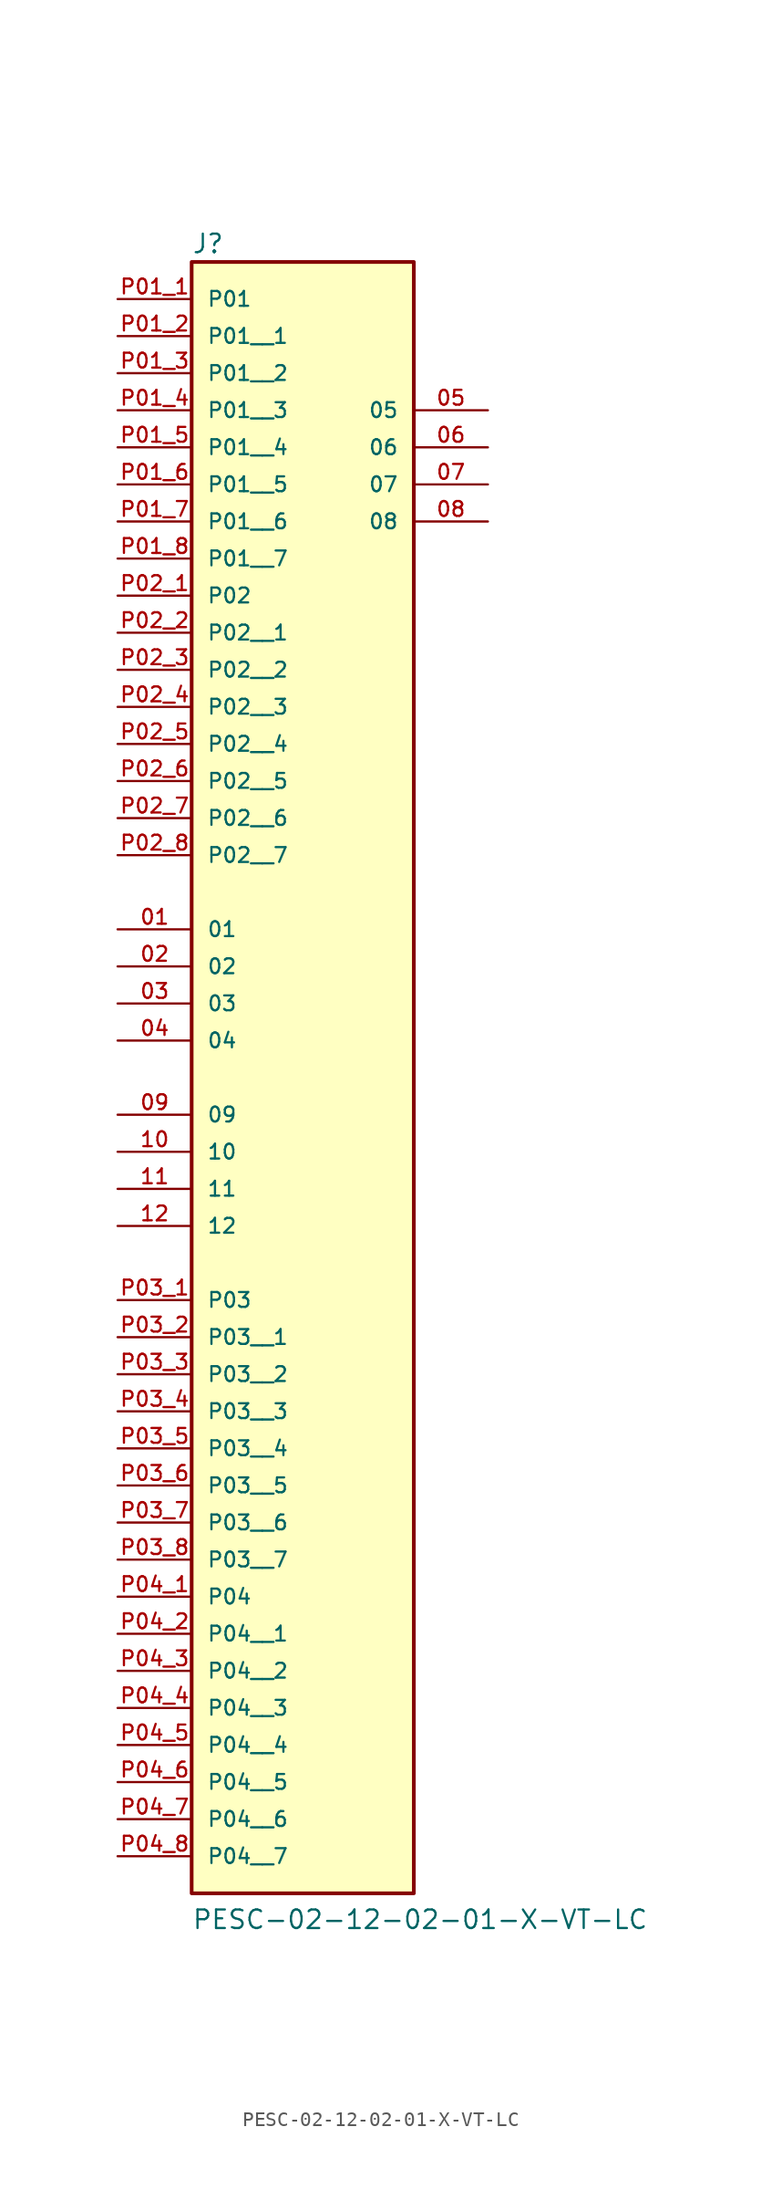
<source format=kicad_sym>
(kicad_symbol_lib
  (version 20211014)
  (generator kicad_symbol_editor)
  (symbol "PESC-02-12-02-01-X-VT-LC"
    (pin_names
      (offset 1.016))
    (property "Reference" "J"
      (at -7.62 20.828 0)
      (effects (font (size 1.27 1.27)) (justify bottom left)))
    (property "Value" "PESC-02-12-02-01-X-VT-LC"
      (at -7.62 -93.98 0)
      (effects (font (size 1.27 1.27)) (justify bottom left)))
    (symbol "PESC-02-12-02-01-X-VT-LC_0_0"
      (rectangle (start -7.62 -91.44) (end 7.62 20.32) (stroke (width 0.254)) (fill (type background)))
      (pin passive line (at -12.7 -25.4 0) (length 5.08) (name "01" (effects (font (size 1.016 1.016)))) (number "01" (effects (font (size 1.016 1.016)))))
      (pin power_in line (at -12.7 17.78 0) (length 5.08) (name "P01" (effects (font (size 1.016 1.016)))) (number "P01_1" (effects (font (size 1.016 1.016)))))
      (pin passive line (at -12.7 -27.94 0) (length 5.08) (name "02" (effects (font (size 1.016 1.016)))) (number "02" (effects (font (size 1.016 1.016)))))
      (pin power_in line (at -12.7 -2.54 0) (length 5.08) (name "P02" (effects (font (size 1.016 1.016)))) (number "P02_1" (effects (font (size 1.016 1.016)))))
      (pin passive line (at -12.7 -30.48 0) (length 5.08) (name "03" (effects (font (size 1.016 1.016)))) (number "03" (effects (font (size 1.016 1.016)))))
      (pin passive line (at -12.7 -33.02 0) (length 5.08) (name "04" (effects (font (size 1.016 1.016)))) (number "04" (effects (font (size 1.016 1.016)))))
      (pin passive line (at 12.7 10.16 180.0) (length 5.08) (name "05" (effects (font (size 1.016 1.016)))) (number "05" (effects (font (size 1.016 1.016)))))
      (pin passive line (at 12.7 7.62 180.0) (length 5.08) (name "06" (effects (font (size 1.016 1.016)))) (number "06" (effects (font (size 1.016 1.016)))))
      (pin passive line (at 12.7 5.08 180.0) (length 5.08) (name "07" (effects (font (size 1.016 1.016)))) (number "07" (effects (font (size 1.016 1.016)))))
      (pin passive line (at 12.7 2.54 180.0) (length 5.08) (name "08" (effects (font (size 1.016 1.016)))) (number "08" (effects (font (size 1.016 1.016)))))
      (pin passive line (at -12.7 -38.1 0) (length 5.08) (name "09" (effects (font (size 1.016 1.016)))) (number "09" (effects (font (size 1.016 1.016)))))
      (pin passive line (at -12.7 -40.64 0) (length 5.08) (name "10" (effects (font (size 1.016 1.016)))) (number "10" (effects (font (size 1.016 1.016)))))
      (pin passive line (at -12.7 -43.18 0) (length 5.08) (name "11" (effects (font (size 1.016 1.016)))) (number "11" (effects (font (size 1.016 1.016)))))
      (pin passive line (at -12.7 -45.72 0) (length 5.08) (name "12" (effects (font (size 1.016 1.016)))) (number "12" (effects (font (size 1.016 1.016)))))
      (pin power_in line (at -12.7 -50.8 0) (length 5.08) (name "P03" (effects (font (size 1.016 1.016)))) (number "P03_1" (effects (font (size 1.016 1.016)))))
      (pin power_in line (at -12.7 -71.12 0) (length 5.08) (name "P04" (effects (font (size 1.016 1.016)))) (number "P04_1" (effects (font (size 1.016 1.016)))))
      (pin power_in line (at -12.7 15.24 0) (length 5.08) (name "P01__1" (effects (font (size 1.016 1.016)))) (number "P01_2" (effects (font (size 1.016 1.016)))))
      (pin power_in line (at -12.7 12.7 0) (length 5.08) (name "P01__2" (effects (font (size 1.016 1.016)))) (number "P01_3" (effects (font (size 1.016 1.016)))))
      (pin power_in line (at -12.7 10.16 0) (length 5.08) (name "P01__3" (effects (font (size 1.016 1.016)))) (number "P01_4" (effects (font (size 1.016 1.016)))))
      (pin power_in line (at -12.7 7.62 0) (length 5.08) (name "P01__4" (effects (font (size 1.016 1.016)))) (number "P01_5" (effects (font (size 1.016 1.016)))))
      (pin power_in line (at -12.7 5.08 0) (length 5.08) (name "P01__5" (effects (font (size 1.016 1.016)))) (number "P01_6" (effects (font (size 1.016 1.016)))))
      (pin power_in line (at -12.7 2.54 0) (length 5.08) (name "P01__6" (effects (font (size 1.016 1.016)))) (number "P01_7" (effects (font (size 1.016 1.016)))))
      (pin power_in line (at -12.7 0.0 0) (length 5.08) (name "P01__7" (effects (font (size 1.016 1.016)))) (number "P01_8" (effects (font (size 1.016 1.016)))))
      (pin power_in line (at -12.7 -5.08 0) (length 5.08) (name "P02__1" (effects (font (size 1.016 1.016)))) (number "P02_2" (effects (font (size 1.016 1.016)))))
      (pin power_in line (at -12.7 -7.62 0) (length 5.08) (name "P02__2" (effects (font (size 1.016 1.016)))) (number "P02_3" (effects (font (size 1.016 1.016)))))
      (pin power_in line (at -12.7 -10.16 0) (length 5.08) (name "P02__3" (effects (font (size 1.016 1.016)))) (number "P02_4" (effects (font (size 1.016 1.016)))))
      (pin power_in line (at -12.7 -12.7 0) (length 5.08) (name "P02__4" (effects (font (size 1.016 1.016)))) (number "P02_5" (effects (font (size 1.016 1.016)))))
      (pin power_in line (at -12.7 -15.24 0) (length 5.08) (name "P02__5" (effects (font (size 1.016 1.016)))) (number "P02_6" (effects (font (size 1.016 1.016)))))
      (pin power_in line (at -12.7 -17.78 0) (length 5.08) (name "P02__6" (effects (font (size 1.016 1.016)))) (number "P02_7" (effects (font (size 1.016 1.016)))))
      (pin power_in line (at -12.7 -20.32 0) (length 5.08) (name "P02__7" (effects (font (size 1.016 1.016)))) (number "P02_8" (effects (font (size 1.016 1.016)))))
      (pin power_in line (at -12.7 -53.34 0) (length 5.08) (name "P03__1" (effects (font (size 1.016 1.016)))) (number "P03_2" (effects (font (size 1.016 1.016)))))
      (pin power_in line (at -12.7 -55.88 0) (length 5.08) (name "P03__2" (effects (font (size 1.016 1.016)))) (number "P03_3" (effects (font (size 1.016 1.016)))))
      (pin power_in line (at -12.7 -58.42 0) (length 5.08) (name "P03__3" (effects (font (size 1.016 1.016)))) (number "P03_4" (effects (font (size 1.016 1.016)))))
      (pin power_in line (at -12.7 -60.96 0) (length 5.08) (name "P03__4" (effects (font (size 1.016 1.016)))) (number "P03_5" (effects (font (size 1.016 1.016)))))
      (pin power_in line (at -12.7 -63.5 0) (length 5.08) (name "P03__5" (effects (font (size 1.016 1.016)))) (number "P03_6" (effects (font (size 1.016 1.016)))))
      (pin power_in line (at -12.7 -66.04 0) (length 5.08) (name "P03__6" (effects (font (size 1.016 1.016)))) (number "P03_7" (effects (font (size 1.016 1.016)))))
      (pin power_in line (at -12.7 -68.58 0) (length 5.08) (name "P03__7" (effects (font (size 1.016 1.016)))) (number "P03_8" (effects (font (size 1.016 1.016)))))
      (pin power_in line (at -12.7 -73.66 0) (length 5.08) (name "P04__1" (effects (font (size 1.016 1.016)))) (number "P04_2" (effects (font (size 1.016 1.016)))))
      (pin power_in line (at -12.7 -76.2 0) (length 5.08) (name "P04__2" (effects (font (size 1.016 1.016)))) (number "P04_3" (effects (font (size 1.016 1.016)))))
      (pin power_in line (at -12.7 -78.74 0) (length 5.08) (name "P04__3" (effects (font (size 1.016 1.016)))) (number "P04_4" (effects (font (size 1.016 1.016)))))
      (pin power_in line (at -12.7 -81.28 0) (length 5.08) (name "P04__4" (effects (font (size 1.016 1.016)))) (number "P04_5" (effects (font (size 1.016 1.016)))))
      (pin power_in line (at -12.7 -83.82 0) (length 5.08) (name "P04__5" (effects (font (size 1.016 1.016)))) (number "P04_6" (effects (font (size 1.016 1.016)))))
      (pin power_in line (at -12.7 -86.36 0) (length 5.08) (name "P04__6" (effects (font (size 1.016 1.016)))) (number "P04_7" (effects (font (size 1.016 1.016)))))
      (pin power_in line (at -12.7 -88.9 0) (length 5.08) (name "P04__7" (effects (font (size 1.016 1.016)))) (number "P04_8" (effects (font (size 1.016 1.016))))))))
</source>
